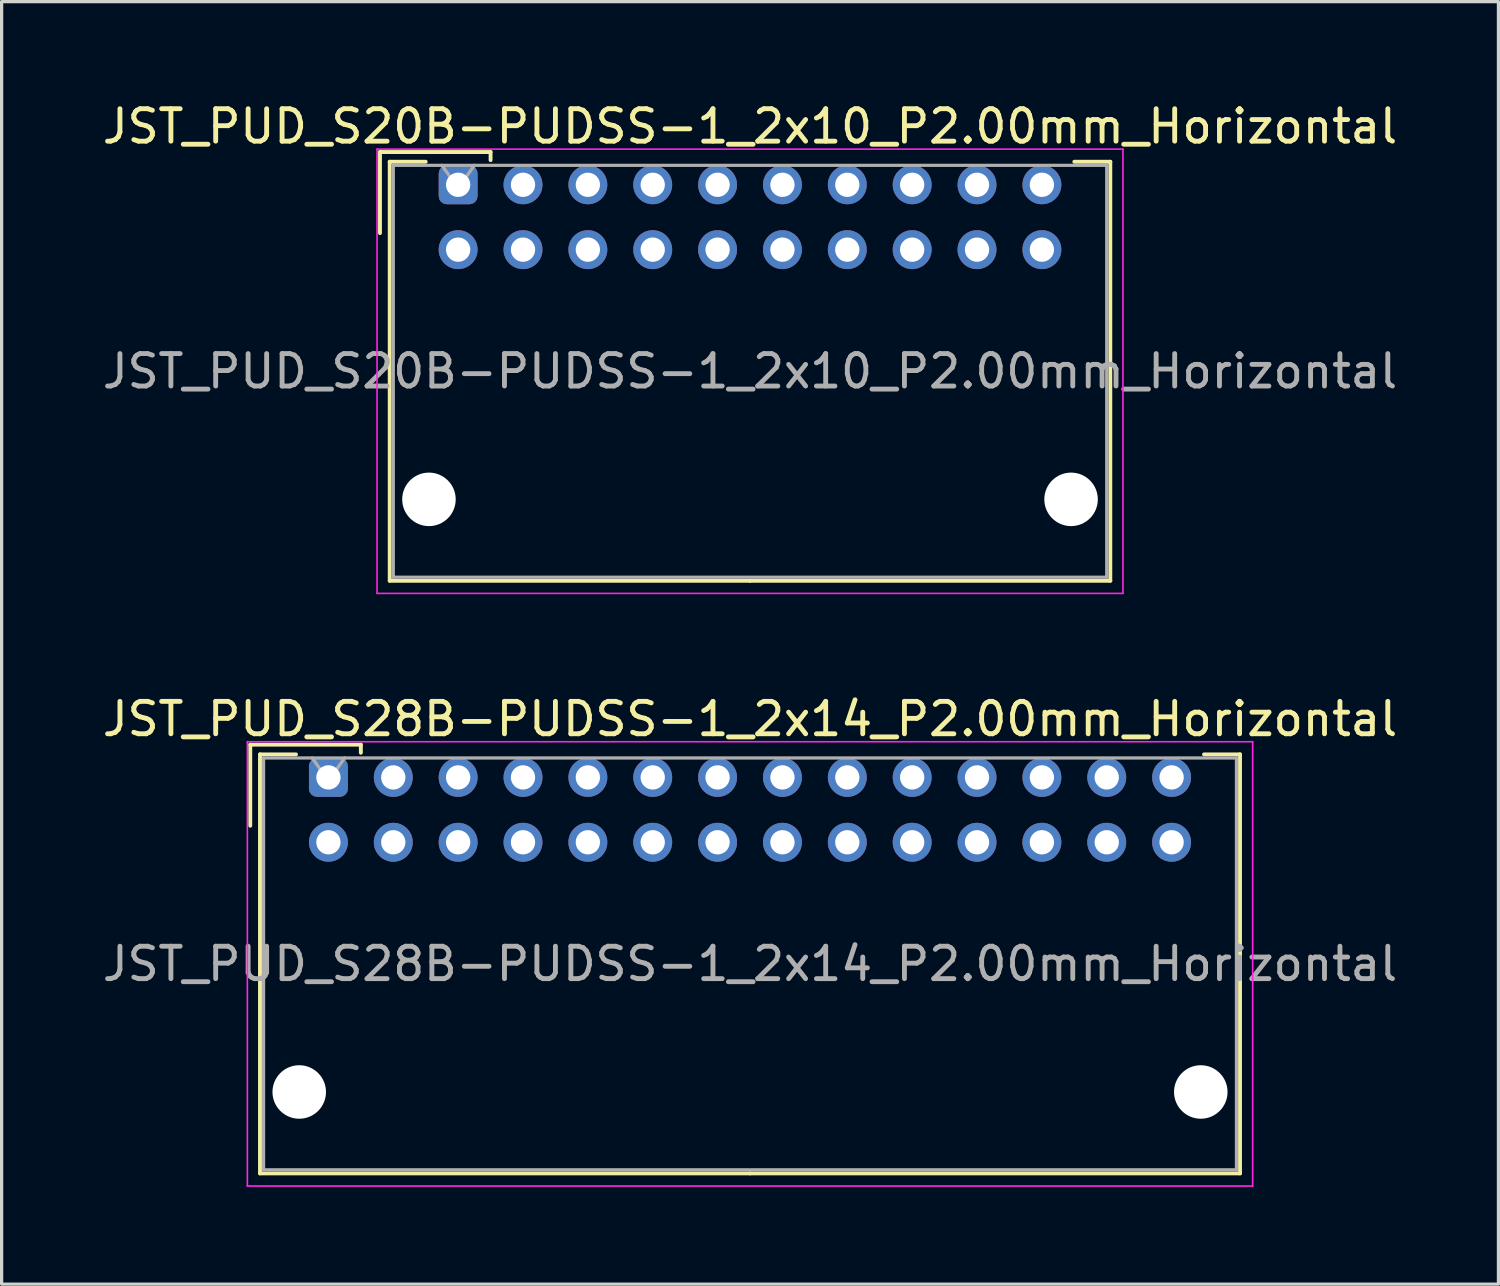
<source format=kicad_pcb>
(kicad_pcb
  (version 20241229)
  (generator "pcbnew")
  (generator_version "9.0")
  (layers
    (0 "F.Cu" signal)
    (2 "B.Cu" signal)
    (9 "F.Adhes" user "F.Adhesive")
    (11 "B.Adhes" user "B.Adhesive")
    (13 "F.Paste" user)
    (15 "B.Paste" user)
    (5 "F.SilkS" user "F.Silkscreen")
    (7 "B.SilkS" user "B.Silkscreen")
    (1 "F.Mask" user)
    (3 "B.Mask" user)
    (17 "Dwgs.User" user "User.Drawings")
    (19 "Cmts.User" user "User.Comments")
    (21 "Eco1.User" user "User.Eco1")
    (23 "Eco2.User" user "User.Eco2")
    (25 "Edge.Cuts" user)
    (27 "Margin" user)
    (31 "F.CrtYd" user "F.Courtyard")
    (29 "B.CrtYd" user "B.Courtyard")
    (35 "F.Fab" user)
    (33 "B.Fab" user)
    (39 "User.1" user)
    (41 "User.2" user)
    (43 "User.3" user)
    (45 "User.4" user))
  (footprint "JST_PUD_S28B-PUDSS-1_2x14_P2.00mm_Horizontal"
    (layer "F.Cu")
    (at 7.077 20.922)
    (property "Reference" "JST_PUD_S28B-PUDSS-1_2x14_P2.00mm_Horizontal" (at 13 -1.8 0) (layer "F.SilkS") (effects (font (size 1 1) (thickness 0.15))))
    (attr through_hole)
    (fp_line (start -2.41 -1.01) (end -2.41 1.49) (stroke (width 0.12) (type solid)) (layer "F.SilkS"))
    (fp_line (start -2.11 -0.71) (end -2.11 12.21) (stroke (width 0.12) (type solid)) (layer "F.SilkS"))
    (fp_line (start -2.11 12.21) (end 13 12.21) (stroke (width 0.12) (type solid)) (layer "F.SilkS"))
    (fp_line (start -1 -0.71) (end -2.11 -0.71) (stroke (width 0.12) (type solid)) (layer "F.SilkS"))
    (fp_line (start 1 -1.01) (end -2.41 -1.01) (stroke (width 0.12) (type solid)) (layer "F.SilkS"))
    (fp_line (start 1 -0.76) (end 1 -1.01) (stroke (width 0.12) (type solid)) (layer "F.SilkS"))
    (fp_line (start 27 -0.71) (end 28.11 -0.71) (stroke (width 0.12) (type solid)) (layer "F.SilkS"))
    (fp_line (start 28.11 -0.71) (end 28.11 12.21) (stroke (width 0.12) (type solid)) (layer "F.SilkS"))
    (fp_line (start 28.11 12.21) (end 13 12.21) (stroke (width 0.12) (type solid)) (layer "F.SilkS"))
    (fp_line (start -2.5 -1.1) (end -2.5 12.6) (stroke (width 0.05) (type solid)) (layer "F.CrtYd"))
    (fp_line (start -2.5 12.6) (end 28.5 12.6) (stroke (width 0.05) (type solid)) (layer "F.CrtYd"))
    (fp_line (start 28.5 -1.1) (end -2.5 -1.1) (stroke (width 0.05) (type solid)) (layer "F.CrtYd"))
    (fp_line (start 28.5 12.6) (end 28.5 -1.1) (stroke (width 0.05) (type solid)) (layer "F.CrtYd"))
    (fp_line (start -2 -0.6) (end -2 12.1) (stroke (width 0.1) (type solid)) (layer "F.Fab"))
    (fp_line (start -2 12.1) (end 28 12.1) (stroke (width 0.1) (type solid)) (layer "F.Fab"))
    (fp_line (start 0 0.107) (end -0.5 -0.6) (stroke (width 0.1) (type solid)) (layer "F.Fab"))
    (fp_line (start 0.5 -0.6) (end 0 0.107) (stroke (width 0.1) (type solid)) (layer "F.Fab"))
    (fp_line (start 28 -0.6) (end -2 -0.6) (stroke (width 0.1) (type solid)) (layer "F.Fab"))
    (fp_line (start 28 12.1) (end 28 -0.6) (stroke (width 0.1) (type solid)) (layer "F.Fab"))
    (fp_text user "${REFERENCE}" (at 13 5.75 0) (layer "F.Fab") (effects (font (size 1 1) (thickness 0.15))))
    (pad "" np_thru_hole circle (at -0.9 9.7) (size 1.65 1.65) (drill 1.65) (layers "*.Cu" "*.Mask"))
    (pad "" np_thru_hole circle (at 26.9 9.7) (size 1.65 1.65) (drill 1.65) (layers "*.Cu" "*.Mask"))
    (pad "1" thru_hole roundrect (at 0 0) (size 1.2 1.2) (drill 0.75) (layers "*.Cu" "*.Mask") (roundrect_rratio 0.208))
    (pad "2" thru_hole circle (at 0 2) (size 1.2 1.2) (drill 0.75) (layers "*.Cu" "*.Mask"))
    (pad "3" thru_hole circle (at 2 0) (size 1.2 1.2) (drill 0.75) (layers "*.Cu" "*.Mask"))
    (pad "4" thru_hole circle (at 2 2) (size 1.2 1.2) (drill 0.75) (layers "*.Cu" "*.Mask"))
    (pad "5" thru_hole circle (at 4 0) (size 1.2 1.2) (drill 0.75) (layers "*.Cu" "*.Mask"))
    (pad "6" thru_hole circle (at 4 2) (size 1.2 1.2) (drill 0.75) (layers "*.Cu" "*.Mask"))
    (pad "7" thru_hole circle (at 6 0) (size 1.2 1.2) (drill 0.75) (layers "*.Cu" "*.Mask"))
    (pad "8" thru_hole circle (at 6 2) (size 1.2 1.2) (drill 0.75) (layers "*.Cu" "*.Mask"))
    (pad "9" thru_hole circle (at 8 0) (size 1.2 1.2) (drill 0.75) (layers "*.Cu" "*.Mask"))
    (pad "10" thru_hole circle (at 8 2) (size 1.2 1.2) (drill 0.75) (layers "*.Cu" "*.Mask"))
    (pad "11" thru_hole circle (at 10 0) (size 1.2 1.2) (drill 0.75) (layers "*.Cu" "*.Mask"))
    (pad "12" thru_hole circle (at 10 2) (size 1.2 1.2) (drill 0.75) (layers "*.Cu" "*.Mask"))
    (pad "13" thru_hole circle (at 12 0) (size 1.2 1.2) (drill 0.75) (layers "*.Cu" "*.Mask"))
    (pad "14" thru_hole circle (at 12 2) (size 1.2 1.2) (drill 0.75) (layers "*.Cu" "*.Mask"))
    (pad "15" thru_hole circle (at 14 0) (size 1.2 1.2) (drill 0.75) (layers "*.Cu" "*.Mask"))
    (pad "16" thru_hole circle (at 14 2) (size 1.2 1.2) (drill 0.75) (layers "*.Cu" "*.Mask"))
    (pad "17" thru_hole circle (at 16 0) (size 1.2 1.2) (drill 0.75) (layers "*.Cu" "*.Mask"))
    (pad "18" thru_hole circle (at 16 2) (size 1.2 1.2) (drill 0.75) (layers "*.Cu" "*.Mask"))
    (pad "19" thru_hole circle (at 18 0) (size 1.2 1.2) (drill 0.75) (layers "*.Cu" "*.Mask"))
    (pad "20" thru_hole circle (at 18 2) (size 1.2 1.2) (drill 0.75) (layers "*.Cu" "*.Mask"))
    (pad "21" thru_hole circle (at 20 0) (size 1.2 1.2) (drill 0.75) (layers "*.Cu" "*.Mask"))
    (pad "22" thru_hole circle (at 20 2) (size 1.2 1.2) (drill 0.75) (layers "*.Cu" "*.Mask"))
    (pad "23" thru_hole circle (at 22 0) (size 1.2 1.2) (drill 0.75) (layers "*.Cu" "*.Mask"))
    (pad "24" thru_hole circle (at 22 2) (size 1.2 1.2) (drill 0.75) (layers "*.Cu" "*.Mask"))
    (pad "25" thru_hole circle (at 24 0) (size 1.2 1.2) (drill 0.75) (layers "*.Cu" "*.Mask"))
    (pad "26" thru_hole circle (at 24 2) (size 1.2 1.2) (drill 0.75) (layers "*.Cu" "*.Mask"))
    (pad "27" thru_hole circle (at 26 0) (size 1.2 1.2) (drill 0.75) (layers "*.Cu" "*.Mask"))
    (pad "28" thru_hole circle (at 26 2) (size 1.2 1.2) (drill 0.75) (layers "*.Cu" "*.Mask")))
  (footprint "JST_PUD_S20B-PUDSS-1_2x10_P2.00mm_Horizontal"
    (layer "F.Cu")
    (at 11.077 2.648)
    (property "Reference" "JST_PUD_S20B-PUDSS-1_2x10_P2.00mm_Horizontal" (at 9 -1.8 0) (layer "F.SilkS") (effects (font (size 1 1) (thickness 0.15))))
    (attr through_hole)
    (fp_line (start -2.41 -1.01) (end -2.41 1.49) (stroke (width 0.12) (type solid)) (layer "F.SilkS"))
    (fp_line (start -2.11 -0.71) (end -2.11 12.21) (stroke (width 0.12) (type solid)) (layer "F.SilkS"))
    (fp_line (start -2.11 12.21) (end 9 12.21) (stroke (width 0.12) (type solid)) (layer "F.SilkS"))
    (fp_line (start -1 -0.71) (end -2.11 -0.71) (stroke (width 0.12) (type solid)) (layer "F.SilkS"))
    (fp_line (start 1 -1.01) (end -2.41 -1.01) (stroke (width 0.12) (type solid)) (layer "F.SilkS"))
    (fp_line (start 1 -0.76) (end 1 -1.01) (stroke (width 0.12) (type solid)) (layer "F.SilkS"))
    (fp_line (start 19 -0.71) (end 20.11 -0.71) (stroke (width 0.12) (type solid)) (layer "F.SilkS"))
    (fp_line (start 20.11 -0.71) (end 20.11 12.21) (stroke (width 0.12) (type solid)) (layer "F.SilkS"))
    (fp_line (start 20.11 12.21) (end 9 12.21) (stroke (width 0.12) (type solid)) (layer "F.SilkS"))
    (fp_line (start -2.5 -1.1) (end -2.5 12.6) (stroke (width 0.05) (type solid)) (layer "F.CrtYd"))
    (fp_line (start -2.5 12.6) (end 20.5 12.6) (stroke (width 0.05) (type solid)) (layer "F.CrtYd"))
    (fp_line (start 20.5 -1.1) (end -2.5 -1.1) (stroke (width 0.05) (type solid)) (layer "F.CrtYd"))
    (fp_line (start 20.5 12.6) (end 20.5 -1.1) (stroke (width 0.05) (type solid)) (layer "F.CrtYd"))
    (fp_line (start -2 -0.6) (end -2 12.1) (stroke (width 0.1) (type solid)) (layer "F.Fab"))
    (fp_line (start -2 12.1) (end 20 12.1) (stroke (width 0.1) (type solid)) (layer "F.Fab"))
    (fp_line (start 0 0.107) (end -0.5 -0.6) (stroke (width 0.1) (type solid)) (layer "F.Fab"))
    (fp_line (start 0.5 -0.6) (end 0 0.107) (stroke (width 0.1) (type solid)) (layer "F.Fab"))
    (fp_line (start 20 -0.6) (end -2 -0.6) (stroke (width 0.1) (type solid)) (layer "F.Fab"))
    (fp_line (start 20 12.1) (end 20 -0.6) (stroke (width 0.1) (type solid)) (layer "F.Fab"))
    (fp_text user "${REFERENCE}" (at 9 5.75 0) (layer "F.Fab") (effects (font (size 1 1) (thickness 0.15))))
    (pad "" np_thru_hole circle (at -0.9 9.7) (size 1.65 1.65) (drill 1.65) (layers "*.Cu" "*.Mask"))
    (pad "" np_thru_hole circle (at 18.9 9.7) (size 1.65 1.65) (drill 1.65) (layers "*.Cu" "*.Mask"))
    (pad "1" thru_hole roundrect (at 0 0) (size 1.2 1.2) (drill 0.75) (layers "*.Cu" "*.Mask") (roundrect_rratio 0.208))
    (pad "2" thru_hole circle (at 0 2) (size 1.2 1.2) (drill 0.75) (layers "*.Cu" "*.Mask"))
    (pad "3" thru_hole circle (at 2 0) (size 1.2 1.2) (drill 0.75) (layers "*.Cu" "*.Mask"))
    (pad "4" thru_hole circle (at 2 2) (size 1.2 1.2) (drill 0.75) (layers "*.Cu" "*.Mask"))
    (pad "5" thru_hole circle (at 4 0) (size 1.2 1.2) (drill 0.75) (layers "*.Cu" "*.Mask"))
    (pad "6" thru_hole circle (at 4 2) (size 1.2 1.2) (drill 0.75) (layers "*.Cu" "*.Mask"))
    (pad "7" thru_hole circle (at 6 0) (size 1.2 1.2) (drill 0.75) (layers "*.Cu" "*.Mask"))
    (pad "8" thru_hole circle (at 6 2) (size 1.2 1.2) (drill 0.75) (layers "*.Cu" "*.Mask"))
    (pad "9" thru_hole circle (at 8 0) (size 1.2 1.2) (drill 0.75) (layers "*.Cu" "*.Mask"))
    (pad "10" thru_hole circle (at 8 2) (size 1.2 1.2) (drill 0.75) (layers "*.Cu" "*.Mask"))
    (pad "11" thru_hole circle (at 10 0) (size 1.2 1.2) (drill 0.75) (layers "*.Cu" "*.Mask"))
    (pad "12" thru_hole circle (at 10 2) (size 1.2 1.2) (drill 0.75) (layers "*.Cu" "*.Mask"))
    (pad "13" thru_hole circle (at 12 0) (size 1.2 1.2) (drill 0.75) (layers "*.Cu" "*.Mask"))
    (pad "14" thru_hole circle (at 12 2) (size 1.2 1.2) (drill 0.75) (layers "*.Cu" "*.Mask"))
    (pad "15" thru_hole circle (at 14 0) (size 1.2 1.2) (drill 0.75) (layers "*.Cu" "*.Mask"))
    (pad "16" thru_hole circle (at 14 2) (size 1.2 1.2) (drill 0.75) (layers "*.Cu" "*.Mask"))
    (pad "17" thru_hole circle (at 16 0) (size 1.2 1.2) (drill 0.75) (layers "*.Cu" "*.Mask"))
    (pad "18" thru_hole circle (at 16 2) (size 1.2 1.2) (drill 0.75) (layers "*.Cu" "*.Mask"))
    (pad "19" thru_hole circle (at 18 0) (size 1.2 1.2) (drill 0.75) (layers "*.Cu" "*.Mask"))
    (pad "20" thru_hole circle (at 18 2) (size 1.2 1.2) (drill 0.75) (layers "*.Cu" "*.Mask")))
  (gr_rect
    (start -3 -3)
    (end 43.155 36.547)
    (stroke (width 0.1) (type default))
    (fill no)
    (layer "Edge.Cuts")))
</source>
